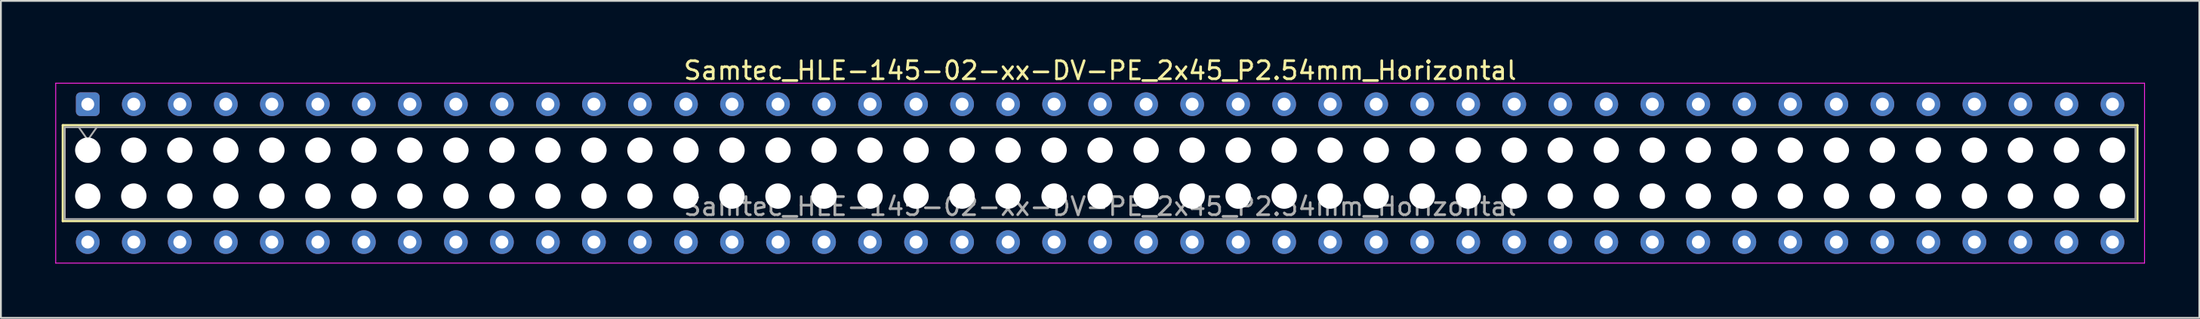
<source format=kicad_pcb>
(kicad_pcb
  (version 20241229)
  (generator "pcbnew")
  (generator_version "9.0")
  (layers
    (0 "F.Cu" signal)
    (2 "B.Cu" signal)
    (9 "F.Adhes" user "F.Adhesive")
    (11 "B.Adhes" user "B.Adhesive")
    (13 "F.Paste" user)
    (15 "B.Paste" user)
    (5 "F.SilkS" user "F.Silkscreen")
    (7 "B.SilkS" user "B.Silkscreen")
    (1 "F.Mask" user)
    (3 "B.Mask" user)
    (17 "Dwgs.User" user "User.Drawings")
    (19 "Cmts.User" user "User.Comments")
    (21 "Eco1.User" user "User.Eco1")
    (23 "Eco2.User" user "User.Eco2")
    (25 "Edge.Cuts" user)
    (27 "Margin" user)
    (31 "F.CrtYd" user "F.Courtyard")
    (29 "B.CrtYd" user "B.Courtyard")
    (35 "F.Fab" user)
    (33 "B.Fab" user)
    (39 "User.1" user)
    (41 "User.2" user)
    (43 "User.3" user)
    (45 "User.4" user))
  (footprint "Samtec_HLE-145-02-xx-DV-PE_2x45_P2.54mm_Horizontal"
    (layer "F.Cu")
    (at 1.795 2.708)
    (property "Reference" "Samtec_HLE-145-02-xx-DV-PE_2x45_P2.54mm_Horizontal" (at 55.88 -1.86 0) (layer "F.SilkS") (effects (font (size 1 1) (thickness 0.15))))
    (attr through_hole)
    (fp_line (start -1.38 1.16) (end 113.14 1.16) (stroke (width 0.12) (type solid)) (layer "F.SilkS"))
    (fp_line (start -1.38 6.46) (end -1.38 1.16) (stroke (width 0.12) (type solid)) (layer "F.SilkS"))
    (fp_line (start 113.14 1.16) (end 113.14 6.46) (stroke (width 0.12) (type solid)) (layer "F.SilkS"))
    (fp_line (start 113.14 6.46) (end -1.38 6.46) (stroke (width 0.12) (type solid)) (layer "F.SilkS"))
    (fp_line (start -1.77 -1.16) (end 113.53 -1.16) (stroke (width 0.05) (type solid)) (layer "F.CrtYd"))
    (fp_line (start -1.77 8.78) (end -1.77 -1.16) (stroke (width 0.05) (type solid)) (layer "F.CrtYd"))
    (fp_line (start 113.53 -1.16) (end 113.53 8.78) (stroke (width 0.05) (type solid)) (layer "F.CrtYd"))
    (fp_line (start 113.53 8.78) (end -1.77 8.78) (stroke (width 0.05) (type solid)) (layer "F.CrtYd"))
    (fp_line (start -1.27 1.27) (end 113.03 1.27) (stroke (width 0.1) (type solid)) (layer "F.Fab"))
    (fp_line (start -1.27 6.35) (end -1.27 1.27) (stroke (width 0.1) (type solid)) (layer "F.Fab"))
    (fp_line (start -0.5 1.27) (end 0 1.977) (stroke (width 0.1) (type solid)) (layer "F.Fab"))
    (fp_line (start 0 1.977) (end 0.5 1.27) (stroke (width 0.1) (type solid)) (layer "F.Fab"))
    (fp_line (start 113.03 1.27) (end 113.03 6.35) (stroke (width 0.1) (type solid)) (layer "F.Fab"))
    (fp_line (start 113.03 6.35) (end -1.27 6.35) (stroke (width 0.1) (type solid)) (layer "F.Fab"))
    (fp_text user "${REFERENCE}" (at 55.88 5.65 0) (layer "F.Fab") (effects (font (size 1 1) (thickness 0.15))))
    (pad "" np_thru_hole circle (at 0 2.54) (size 1.4 1.4) (drill 1.4) (layers "*.Cu" "*.Mask"))
    (pad "" np_thru_hole circle (at 0 5.08) (size 1.4 1.4) (drill 1.4) (layers "*.Cu" "*.Mask"))
    (pad "" np_thru_hole circle (at 2.54 2.54) (size 1.4 1.4) (drill 1.4) (layers "*.Cu" "*.Mask"))
    (pad "" np_thru_hole circle (at 2.54 5.08) (size 1.4 1.4) (drill 1.4) (layers "*.Cu" "*.Mask"))
    (pad "" np_thru_hole circle (at 5.08 2.54) (size 1.4 1.4) (drill 1.4) (layers "*.Cu" "*.Mask"))
    (pad "" np_thru_hole circle (at 5.08 5.08) (size 1.4 1.4) (drill 1.4) (layers "*.Cu" "*.Mask"))
    (pad "" np_thru_hole circle (at 7.62 2.54) (size 1.4 1.4) (drill 1.4) (layers "*.Cu" "*.Mask"))
    (pad "" np_thru_hole circle (at 7.62 5.08) (size 1.4 1.4) (drill 1.4) (layers "*.Cu" "*.Mask"))
    (pad "" np_thru_hole circle (at 10.16 2.54) (size 1.4 1.4) (drill 1.4) (layers "*.Cu" "*.Mask"))
    (pad "" np_thru_hole circle (at 10.16 5.08) (size 1.4 1.4) (drill 1.4) (layers "*.Cu" "*.Mask"))
    (pad "" np_thru_hole circle (at 12.7 2.54) (size 1.4 1.4) (drill 1.4) (layers "*.Cu" "*.Mask"))
    (pad "" np_thru_hole circle (at 12.7 5.08) (size 1.4 1.4) (drill 1.4) (layers "*.Cu" "*.Mask"))
    (pad "" np_thru_hole circle (at 15.24 2.54) (size 1.4 1.4) (drill 1.4) (layers "*.Cu" "*.Mask"))
    (pad "" np_thru_hole circle (at 15.24 5.08) (size 1.4 1.4) (drill 1.4) (layers "*.Cu" "*.Mask"))
    (pad "" np_thru_hole circle (at 17.78 2.54) (size 1.4 1.4) (drill 1.4) (layers "*.Cu" "*.Mask"))
    (pad "" np_thru_hole circle (at 17.78 5.08) (size 1.4 1.4) (drill 1.4) (layers "*.Cu" "*.Mask"))
    (pad "" np_thru_hole circle (at 20.32 2.54) (size 1.4 1.4) (drill 1.4) (layers "*.Cu" "*.Mask"))
    (pad "" np_thru_hole circle (at 20.32 5.08) (size 1.4 1.4) (drill 1.4) (layers "*.Cu" "*.Mask"))
    (pad "" np_thru_hole circle (at 22.86 2.54) (size 1.4 1.4) (drill 1.4) (layers "*.Cu" "*.Mask"))
    (pad "" np_thru_hole circle (at 22.86 5.08) (size 1.4 1.4) (drill 1.4) (layers "*.Cu" "*.Mask"))
    (pad "" np_thru_hole circle (at 25.4 2.54) (size 1.4 1.4) (drill 1.4) (layers "*.Cu" "*.Mask"))
    (pad "" np_thru_hole circle (at 25.4 5.08) (size 1.4 1.4) (drill 1.4) (layers "*.Cu" "*.Mask"))
    (pad "" np_thru_hole circle (at 27.94 2.54) (size 1.4 1.4) (drill 1.4) (layers "*.Cu" "*.Mask"))
    (pad "" np_thru_hole circle (at 27.94 5.08) (size 1.4 1.4) (drill 1.4) (layers "*.Cu" "*.Mask"))
    (pad "" np_thru_hole circle (at 30.48 2.54) (size 1.4 1.4) (drill 1.4) (layers "*.Cu" "*.Mask"))
    (pad "" np_thru_hole circle (at 30.48 5.08) (size 1.4 1.4) (drill 1.4) (layers "*.Cu" "*.Mask"))
    (pad "" np_thru_hole circle (at 33.02 2.54) (size 1.4 1.4) (drill 1.4) (layers "*.Cu" "*.Mask"))
    (pad "" np_thru_hole circle (at 33.02 5.08) (size 1.4 1.4) (drill 1.4) (layers "*.Cu" "*.Mask"))
    (pad "" np_thru_hole circle (at 35.56 2.54) (size 1.4 1.4) (drill 1.4) (layers "*.Cu" "*.Mask"))
    (pad "" np_thru_hole circle (at 35.56 5.08) (size 1.4 1.4) (drill 1.4) (layers "*.Cu" "*.Mask"))
    (pad "" np_thru_hole circle (at 38.1 2.54) (size 1.4 1.4) (drill 1.4) (layers "*.Cu" "*.Mask"))
    (pad "" np_thru_hole circle (at 38.1 5.08) (size 1.4 1.4) (drill 1.4) (layers "*.Cu" "*.Mask"))
    (pad "" np_thru_hole circle (at 40.64 2.54) (size 1.4 1.4) (drill 1.4) (layers "*.Cu" "*.Mask"))
    (pad "" np_thru_hole circle (at 40.64 5.08) (size 1.4 1.4) (drill 1.4) (layers "*.Cu" "*.Mask"))
    (pad "" np_thru_hole circle (at 43.18 2.54) (size 1.4 1.4) (drill 1.4) (layers "*.Cu" "*.Mask"))
    (pad "" np_thru_hole circle (at 43.18 5.08) (size 1.4 1.4) (drill 1.4) (layers "*.Cu" "*.Mask"))
    (pad "" np_thru_hole circle (at 45.72 2.54) (size 1.4 1.4) (drill 1.4) (layers "*.Cu" "*.Mask"))
    (pad "" np_thru_hole circle (at 45.72 5.08) (size 1.4 1.4) (drill 1.4) (layers "*.Cu" "*.Mask"))
    (pad "" np_thru_hole circle (at 48.26 2.54) (size 1.4 1.4) (drill 1.4) (layers "*.Cu" "*.Mask"))
    (pad "" np_thru_hole circle (at 48.26 5.08) (size 1.4 1.4) (drill 1.4) (layers "*.Cu" "*.Mask"))
    (pad "" np_thru_hole circle (at 50.8 2.54) (size 1.4 1.4) (drill 1.4) (layers "*.Cu" "*.Mask"))
    (pad "" np_thru_hole circle (at 50.8 5.08) (size 1.4 1.4) (drill 1.4) (layers "*.Cu" "*.Mask"))
    (pad "" np_thru_hole circle (at 53.34 2.54) (size 1.4 1.4) (drill 1.4) (layers "*.Cu" "*.Mask"))
    (pad "" np_thru_hole circle (at 53.34 5.08) (size 1.4 1.4) (drill 1.4) (layers "*.Cu" "*.Mask"))
    (pad "" np_thru_hole circle (at 55.88 2.54) (size 1.4 1.4) (drill 1.4) (layers "*.Cu" "*.Mask"))
    (pad "" np_thru_hole circle (at 55.88 5.08) (size 1.4 1.4) (drill 1.4) (layers "*.Cu" "*.Mask"))
    (pad "" np_thru_hole circle (at 58.42 2.54) (size 1.4 1.4) (drill 1.4) (layers "*.Cu" "*.Mask"))
    (pad "" np_thru_hole circle (at 58.42 5.08) (size 1.4 1.4) (drill 1.4) (layers "*.Cu" "*.Mask"))
    (pad "" np_thru_hole circle (at 60.96 2.54) (size 1.4 1.4) (drill 1.4) (layers "*.Cu" "*.Mask"))
    (pad "" np_thru_hole circle (at 60.96 5.08) (size 1.4 1.4) (drill 1.4) (layers "*.Cu" "*.Mask"))
    (pad "" np_thru_hole circle (at 63.5 2.54) (size 1.4 1.4) (drill 1.4) (layers "*.Cu" "*.Mask"))
    (pad "" np_thru_hole circle (at 63.5 5.08) (size 1.4 1.4) (drill 1.4) (layers "*.Cu" "*.Mask"))
    (pad "" np_thru_hole circle (at 66.04 2.54) (size 1.4 1.4) (drill 1.4) (layers "*.Cu" "*.Mask"))
    (pad "" np_thru_hole circle (at 66.04 5.08) (size 1.4 1.4) (drill 1.4) (layers "*.Cu" "*.Mask"))
    (pad "" np_thru_hole circle (at 68.58 2.54) (size 1.4 1.4) (drill 1.4) (layers "*.Cu" "*.Mask"))
    (pad "" np_thru_hole circle (at 68.58 5.08) (size 1.4 1.4) (drill 1.4) (layers "*.Cu" "*.Mask"))
    (pad "" np_thru_hole circle (at 71.12 2.54) (size 1.4 1.4) (drill 1.4) (layers "*.Cu" "*.Mask"))
    (pad "" np_thru_hole circle (at 71.12 5.08) (size 1.4 1.4) (drill 1.4) (layers "*.Cu" "*.Mask"))
    (pad "" np_thru_hole circle (at 73.66 2.54) (size 1.4 1.4) (drill 1.4) (layers "*.Cu" "*.Mask"))
    (pad "" np_thru_hole circle (at 73.66 5.08) (size 1.4 1.4) (drill 1.4) (layers "*.Cu" "*.Mask"))
    (pad "" np_thru_hole circle (at 76.2 2.54) (size 1.4 1.4) (drill 1.4) (layers "*.Cu" "*.Mask"))
    (pad "" np_thru_hole circle (at 76.2 5.08) (size 1.4 1.4) (drill 1.4) (layers "*.Cu" "*.Mask"))
    (pad "" np_thru_hole circle (at 78.74 2.54) (size 1.4 1.4) (drill 1.4) (layers "*.Cu" "*.Mask"))
    (pad "" np_thru_hole circle (at 78.74 5.08) (size 1.4 1.4) (drill 1.4) (layers "*.Cu" "*.Mask"))
    (pad "" np_thru_hole circle (at 81.28 2.54) (size 1.4 1.4) (drill 1.4) (layers "*.Cu" "*.Mask"))
    (pad "" np_thru_hole circle (at 81.28 5.08) (size 1.4 1.4) (drill 1.4) (layers "*.Cu" "*.Mask"))
    (pad "" np_thru_hole circle (at 83.82 2.54) (size 1.4 1.4) (drill 1.4) (layers "*.Cu" "*.Mask"))
    (pad "" np_thru_hole circle (at 83.82 5.08) (size 1.4 1.4) (drill 1.4) (layers "*.Cu" "*.Mask"))
    (pad "" np_thru_hole circle (at 86.36 2.54) (size 1.4 1.4) (drill 1.4) (layers "*.Cu" "*.Mask"))
    (pad "" np_thru_hole circle (at 86.36 5.08) (size 1.4 1.4) (drill 1.4) (layers "*.Cu" "*.Mask"))
    (pad "" np_thru_hole circle (at 88.9 2.54) (size 1.4 1.4) (drill 1.4) (layers "*.Cu" "*.Mask"))
    (pad "" np_thru_hole circle (at 88.9 5.08) (size 1.4 1.4) (drill 1.4) (layers "*.Cu" "*.Mask"))
    (pad "" np_thru_hole circle (at 91.44 2.54) (size 1.4 1.4) (drill 1.4) (layers "*.Cu" "*.Mask"))
    (pad "" np_thru_hole circle (at 91.44 5.08) (size 1.4 1.4) (drill 1.4) (layers "*.Cu" "*.Mask"))
    (pad "" np_thru_hole circle (at 93.98 2.54) (size 1.4 1.4) (drill 1.4) (layers "*.Cu" "*.Mask"))
    (pad "" np_thru_hole circle (at 93.98 5.08) (size 1.4 1.4) (drill 1.4) (layers "*.Cu" "*.Mask"))
    (pad "" np_thru_hole circle (at 96.52 2.54) (size 1.4 1.4) (drill 1.4) (layers "*.Cu" "*.Mask"))
    (pad "" np_thru_hole circle (at 96.52 5.08) (size 1.4 1.4) (drill 1.4) (layers "*.Cu" "*.Mask"))
    (pad "" np_thru_hole circle (at 99.06 2.54) (size 1.4 1.4) (drill 1.4) (layers "*.Cu" "*.Mask"))
    (pad "" np_thru_hole circle (at 99.06 5.08) (size 1.4 1.4) (drill 1.4) (layers "*.Cu" "*.Mask"))
    (pad "" np_thru_hole circle (at 101.6 2.54) (size 1.4 1.4) (drill 1.4) (layers "*.Cu" "*.Mask"))
    (pad "" np_thru_hole circle (at 101.6 5.08) (size 1.4 1.4) (drill 1.4) (layers "*.Cu" "*.Mask"))
    (pad "" np_thru_hole circle (at 104.14 2.54) (size 1.4 1.4) (drill 1.4) (layers "*.Cu" "*.Mask"))
    (pad "" np_thru_hole circle (at 104.14 5.08) (size 1.4 1.4) (drill 1.4) (layers "*.Cu" "*.Mask"))
    (pad "" np_thru_hole circle (at 106.68 2.54) (size 1.4 1.4) (drill 1.4) (layers "*.Cu" "*.Mask"))
    (pad "" np_thru_hole circle (at 106.68 5.08) (size 1.4 1.4) (drill 1.4) (layers "*.Cu" "*.Mask"))
    (pad "" np_thru_hole circle (at 109.22 2.54) (size 1.4 1.4) (drill 1.4) (layers "*.Cu" "*.Mask"))
    (pad "" np_thru_hole circle (at 109.22 5.08) (size 1.4 1.4) (drill 1.4) (layers "*.Cu" "*.Mask"))
    (pad "" np_thru_hole circle (at 111.76 2.54) (size 1.4 1.4) (drill 1.4) (layers "*.Cu" "*.Mask"))
    (pad "" np_thru_hole circle (at 111.76 5.08) (size 1.4 1.4) (drill 1.4) (layers "*.Cu" "*.Mask"))
    (pad "1" thru_hole roundrect (at 0 0) (size 1.31 1.31) (drill 0.71) (layers "*.Cu" "*.Mask") (roundrect_rratio 0.191))
    (pad "2" thru_hole circle (at 0 7.62) (size 1.31 1.31) (drill 0.71) (layers "*.Cu" "*.Mask"))
    (pad "3" thru_hole circle (at 2.54 0) (size 1.31 1.31) (drill 0.71) (layers "*.Cu" "*.Mask"))
    (pad "4" thru_hole circle (at 2.54 7.62) (size 1.31 1.31) (drill 0.71) (layers "*.Cu" "*.Mask"))
    (pad "5" thru_hole circle (at 5.08 0) (size 1.31 1.31) (drill 0.71) (layers "*.Cu" "*.Mask"))
    (pad "6" thru_hole circle (at 5.08 7.62) (size 1.31 1.31) (drill 0.71) (layers "*.Cu" "*.Mask"))
    (pad "7" thru_hole circle (at 7.62 0) (size 1.31 1.31) (drill 0.71) (layers "*.Cu" "*.Mask"))
    (pad "8" thru_hole circle (at 7.62 7.62) (size 1.31 1.31) (drill 0.71) (layers "*.Cu" "*.Mask"))
    (pad "9" thru_hole circle (at 10.16 0) (size 1.31 1.31) (drill 0.71) (layers "*.Cu" "*.Mask"))
    (pad "10" thru_hole circle (at 10.16 7.62) (size 1.31 1.31) (drill 0.71) (layers "*.Cu" "*.Mask"))
    (pad "11" thru_hole circle (at 12.7 0) (size 1.31 1.31) (drill 0.71) (layers "*.Cu" "*.Mask"))
    (pad "12" thru_hole circle (at 12.7 7.62) (size 1.31 1.31) (drill 0.71) (layers "*.Cu" "*.Mask"))
    (pad "13" thru_hole circle (at 15.24 0) (size 1.31 1.31) (drill 0.71) (layers "*.Cu" "*.Mask"))
    (pad "14" thru_hole circle (at 15.24 7.62) (size 1.31 1.31) (drill 0.71) (layers "*.Cu" "*.Mask"))
    (pad "15" thru_hole circle (at 17.78 0) (size 1.31 1.31) (drill 0.71) (layers "*.Cu" "*.Mask"))
    (pad "16" thru_hole circle (at 17.78 7.62) (size 1.31 1.31) (drill 0.71) (layers "*.Cu" "*.Mask"))
    (pad "17" thru_hole circle (at 20.32 0) (size 1.31 1.31) (drill 0.71) (layers "*.Cu" "*.Mask"))
    (pad "18" thru_hole circle (at 20.32 7.62) (size 1.31 1.31) (drill 0.71) (layers "*.Cu" "*.Mask"))
    (pad "19" thru_hole circle (at 22.86 0) (size 1.31 1.31) (drill 0.71) (layers "*.Cu" "*.Mask"))
    (pad "20" thru_hole circle (at 22.86 7.62) (size 1.31 1.31) (drill 0.71) (layers "*.Cu" "*.Mask"))
    (pad "21" thru_hole circle (at 25.4 0) (size 1.31 1.31) (drill 0.71) (layers "*.Cu" "*.Mask"))
    (pad "22" thru_hole circle (at 25.4 7.62) (size 1.31 1.31) (drill 0.71) (layers "*.Cu" "*.Mask"))
    (pad "23" thru_hole circle (at 27.94 0) (size 1.31 1.31) (drill 0.71) (layers "*.Cu" "*.Mask"))
    (pad "24" thru_hole circle (at 27.94 7.62) (size 1.31 1.31) (drill 0.71) (layers "*.Cu" "*.Mask"))
    (pad "25" thru_hole circle (at 30.48 0) (size 1.31 1.31) (drill 0.71) (layers "*.Cu" "*.Mask"))
    (pad "26" thru_hole circle (at 30.48 7.62) (size 1.31 1.31) (drill 0.71) (layers "*.Cu" "*.Mask"))
    (pad "27" thru_hole circle (at 33.02 0) (size 1.31 1.31) (drill 0.71) (layers "*.Cu" "*.Mask"))
    (pad "28" thru_hole circle (at 33.02 7.62) (size 1.31 1.31) (drill 0.71) (layers "*.Cu" "*.Mask"))
    (pad "29" thru_hole circle (at 35.56 0) (size 1.31 1.31) (drill 0.71) (layers "*.Cu" "*.Mask"))
    (pad "30" thru_hole circle (at 35.56 7.62) (size 1.31 1.31) (drill 0.71) (layers "*.Cu" "*.Mask"))
    (pad "31" thru_hole circle (at 38.1 0) (size 1.31 1.31) (drill 0.71) (layers "*.Cu" "*.Mask"))
    (pad "32" thru_hole circle (at 38.1 7.62) (size 1.31 1.31) (drill 0.71) (layers "*.Cu" "*.Mask"))
    (pad "33" thru_hole circle (at 40.64 0) (size 1.31 1.31) (drill 0.71) (layers "*.Cu" "*.Mask"))
    (pad "34" thru_hole circle (at 40.64 7.62) (size 1.31 1.31) (drill 0.71) (layers "*.Cu" "*.Mask"))
    (pad "35" thru_hole circle (at 43.18 0) (size 1.31 1.31) (drill 0.71) (layers "*.Cu" "*.Mask"))
    (pad "36" thru_hole circle (at 43.18 7.62) (size 1.31 1.31) (drill 0.71) (layers "*.Cu" "*.Mask"))
    (pad "37" thru_hole circle (at 45.72 0) (size 1.31 1.31) (drill 0.71) (layers "*.Cu" "*.Mask"))
    (pad "38" thru_hole circle (at 45.72 7.62) (size 1.31 1.31) (drill 0.71) (layers "*.Cu" "*.Mask"))
    (pad "39" thru_hole circle (at 48.26 0) (size 1.31 1.31) (drill 0.71) (layers "*.Cu" "*.Mask"))
    (pad "40" thru_hole circle (at 48.26 7.62) (size 1.31 1.31) (drill 0.71) (layers "*.Cu" "*.Mask"))
    (pad "41" thru_hole circle (at 50.8 0) (size 1.31 1.31) (drill 0.71) (layers "*.Cu" "*.Mask"))
    (pad "42" thru_hole circle (at 50.8 7.62) (size 1.31 1.31) (drill 0.71) (layers "*.Cu" "*.Mask"))
    (pad "43" thru_hole circle (at 53.34 0) (size 1.31 1.31) (drill 0.71) (layers "*.Cu" "*.Mask"))
    (pad "44" thru_hole circle (at 53.34 7.62) (size 1.31 1.31) (drill 0.71) (layers "*.Cu" "*.Mask"))
    (pad "45" thru_hole circle (at 55.88 0) (size 1.31 1.31) (drill 0.71) (layers "*.Cu" "*.Mask"))
    (pad "46" thru_hole circle (at 55.88 7.62) (size 1.31 1.31) (drill 0.71) (layers "*.Cu" "*.Mask"))
    (pad "47" thru_hole circle (at 58.42 0) (size 1.31 1.31) (drill 0.71) (layers "*.Cu" "*.Mask"))
    (pad "48" thru_hole circle (at 58.42 7.62) (size 1.31 1.31) (drill 0.71) (layers "*.Cu" "*.Mask"))
    (pad "49" thru_hole circle (at 60.96 0) (size 1.31 1.31) (drill 0.71) (layers "*.Cu" "*.Mask"))
    (pad "50" thru_hole circle (at 60.96 7.62) (size 1.31 1.31) (drill 0.71) (layers "*.Cu" "*.Mask"))
    (pad "51" thru_hole circle (at 63.5 0) (size 1.31 1.31) (drill 0.71) (layers "*.Cu" "*.Mask"))
    (pad "52" thru_hole circle (at 63.5 7.62) (size 1.31 1.31) (drill 0.71) (layers "*.Cu" "*.Mask"))
    (pad "53" thru_hole circle (at 66.04 0) (size 1.31 1.31) (drill 0.71) (layers "*.Cu" "*.Mask"))
    (pad "54" thru_hole circle (at 66.04 7.62) (size 1.31 1.31) (drill 0.71) (layers "*.Cu" "*.Mask"))
    (pad "55" thru_hole circle (at 68.58 0) (size 1.31 1.31) (drill 0.71) (layers "*.Cu" "*.Mask"))
    (pad "56" thru_hole circle (at 68.58 7.62) (size 1.31 1.31) (drill 0.71) (layers "*.Cu" "*.Mask"))
    (pad "57" thru_hole circle (at 71.12 0) (size 1.31 1.31) (drill 0.71) (layers "*.Cu" "*.Mask"))
    (pad "58" thru_hole circle (at 71.12 7.62) (size 1.31 1.31) (drill 0.71) (layers "*.Cu" "*.Mask"))
    (pad "59" thru_hole circle (at 73.66 0) (size 1.31 1.31) (drill 0.71) (layers "*.Cu" "*.Mask"))
    (pad "60" thru_hole circle (at 73.66 7.62) (size 1.31 1.31) (drill 0.71) (layers "*.Cu" "*.Mask"))
    (pad "61" thru_hole circle (at 76.2 0) (size 1.31 1.31) (drill 0.71) (layers "*.Cu" "*.Mask"))
    (pad "62" thru_hole circle (at 76.2 7.62) (size 1.31 1.31) (drill 0.71) (layers "*.Cu" "*.Mask"))
    (pad "63" thru_hole circle (at 78.74 0) (size 1.31 1.31) (drill 0.71) (layers "*.Cu" "*.Mask"))
    (pad "64" thru_hole circle (at 78.74 7.62) (size 1.31 1.31) (drill 0.71) (layers "*.Cu" "*.Mask"))
    (pad "65" thru_hole circle (at 81.28 0) (size 1.31 1.31) (drill 0.71) (layers "*.Cu" "*.Mask"))
    (pad "66" thru_hole circle (at 81.28 7.62) (size 1.31 1.31) (drill 0.71) (layers "*.Cu" "*.Mask"))
    (pad "67" thru_hole circle (at 83.82 0) (size 1.31 1.31) (drill 0.71) (layers "*.Cu" "*.Mask"))
    (pad "68" thru_hole circle (at 83.82 7.62) (size 1.31 1.31) (drill 0.71) (layers "*.Cu" "*.Mask"))
    (pad "69" thru_hole circle (at 86.36 0) (size 1.31 1.31) (drill 0.71) (layers "*.Cu" "*.Mask"))
    (pad "70" thru_hole circle (at 86.36 7.62) (size 1.31 1.31) (drill 0.71) (layers "*.Cu" "*.Mask"))
    (pad "71" thru_hole circle (at 88.9 0) (size 1.31 1.31) (drill 0.71) (layers "*.Cu" "*.Mask"))
    (pad "72" thru_hole circle (at 88.9 7.62) (size 1.31 1.31) (drill 0.71) (layers "*.Cu" "*.Mask"))
    (pad "73" thru_hole circle (at 91.44 0) (size 1.31 1.31) (drill 0.71) (layers "*.Cu" "*.Mask"))
    (pad "74" thru_hole circle (at 91.44 7.62) (size 1.31 1.31) (drill 0.71) (layers "*.Cu" "*.Mask"))
    (pad "75" thru_hole circle (at 93.98 0) (size 1.31 1.31) (drill 0.71) (layers "*.Cu" "*.Mask"))
    (pad "76" thru_hole circle (at 93.98 7.62) (size 1.31 1.31) (drill 0.71) (layers "*.Cu" "*.Mask"))
    (pad "77" thru_hole circle (at 96.52 0) (size 1.31 1.31) (drill 0.71) (layers "*.Cu" "*.Mask"))
    (pad "78" thru_hole circle (at 96.52 7.62) (size 1.31 1.31) (drill 0.71) (layers "*.Cu" "*.Mask"))
    (pad "79" thru_hole circle (at 99.06 0) (size 1.31 1.31) (drill 0.71) (layers "*.Cu" "*.Mask"))
    (pad "80" thru_hole circle (at 99.06 7.62) (size 1.31 1.31) (drill 0.71) (layers "*.Cu" "*.Mask"))
    (pad "81" thru_hole circle (at 101.6 0) (size 1.31 1.31) (drill 0.71) (layers "*.Cu" "*.Mask"))
    (pad "82" thru_hole circle (at 101.6 7.62) (size 1.31 1.31) (drill 0.71) (layers "*.Cu" "*.Mask"))
    (pad "83" thru_hole circle (at 104.14 0) (size 1.31 1.31) (drill 0.71) (layers "*.Cu" "*.Mask"))
    (pad "84" thru_hole circle (at 104.14 7.62) (size 1.31 1.31) (drill 0.71) (layers "*.Cu" "*.Mask"))
    (pad "85" thru_hole circle (at 106.68 0) (size 1.31 1.31) (drill 0.71) (layers "*.Cu" "*.Mask"))
    (pad "86" thru_hole circle (at 106.68 7.62) (size 1.31 1.31) (drill 0.71) (layers "*.Cu" "*.Mask"))
    (pad "87" thru_hole circle (at 109.22 0) (size 1.31 1.31) (drill 0.71) (layers "*.Cu" "*.Mask"))
    (pad "88" thru_hole circle (at 109.22 7.62) (size 1.31 1.31) (drill 0.71) (layers "*.Cu" "*.Mask"))
    (pad "89" thru_hole circle (at 111.76 0) (size 1.31 1.31) (drill 0.71) (layers "*.Cu" "*.Mask"))
    (pad "90" thru_hole circle (at 111.76 7.62) (size 1.31 1.31) (drill 0.71) (layers "*.Cu" "*.Mask")))
  (gr_rect
    (start -3 -3)
    (end 118.35 14.513)
    (stroke (width 0.1) (type default))
    (fill no)
    (layer "Edge.Cuts")))
</source>
